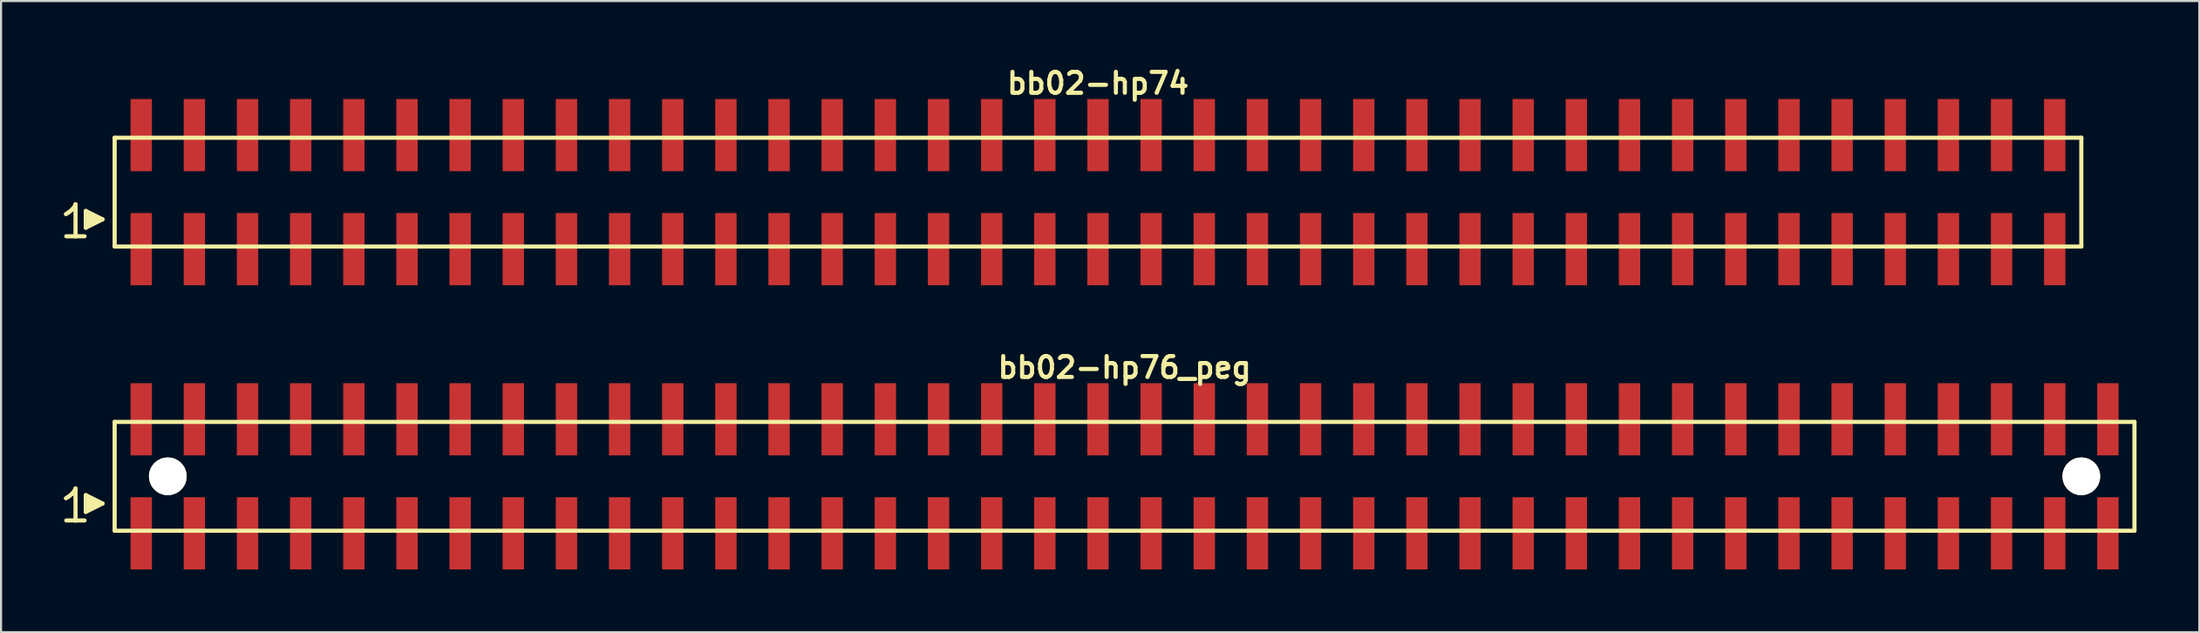
<source format=kicad_pcb>
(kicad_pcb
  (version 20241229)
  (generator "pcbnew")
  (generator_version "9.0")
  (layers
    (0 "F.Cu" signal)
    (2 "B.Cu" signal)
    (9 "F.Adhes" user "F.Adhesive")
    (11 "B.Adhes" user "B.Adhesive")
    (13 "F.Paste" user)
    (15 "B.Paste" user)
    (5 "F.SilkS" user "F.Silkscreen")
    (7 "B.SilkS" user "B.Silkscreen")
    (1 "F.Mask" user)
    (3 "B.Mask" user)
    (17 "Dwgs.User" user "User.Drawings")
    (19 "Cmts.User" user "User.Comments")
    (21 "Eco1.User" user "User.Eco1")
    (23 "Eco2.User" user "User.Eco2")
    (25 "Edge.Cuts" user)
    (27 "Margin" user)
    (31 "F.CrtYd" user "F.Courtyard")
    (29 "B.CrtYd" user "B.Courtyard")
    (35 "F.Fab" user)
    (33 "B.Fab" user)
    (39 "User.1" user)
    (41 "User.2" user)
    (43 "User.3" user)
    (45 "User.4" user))
  (footprint "bb02-hp76_peg"
    (layer "F.Cu")
    (at 50.689 19.713)
    (property "Reference" "bb02-hp76_peg" (at 0 -5.2 0) (layer "F.SilkS") (effects (font (size 0.998 0.998) (thickness 0.198))))
    (attr smd)
    (fp_line (start -50.59 1.05) (end -50.46 0.97) (stroke (width 0.198) (type solid)) (layer "F.SilkS"))
    (fp_line (start -50.46 0.97) (end -50.3 0.84) (stroke (width 0.198) (type solid)) (layer "F.SilkS"))
    (fp_line (start -50.3 0.84) (end -50.16 0.67) (stroke (width 0.198) (type solid)) (layer "F.SilkS"))
    (fp_line (start -50.16 0.67) (end -50.13 0.58) (stroke (width 0.198) (type solid)) (layer "F.SilkS"))
    (fp_line (start -50.13 0.58) (end -50.13 2.11) (stroke (width 0.198) (type solid)) (layer "F.SilkS"))
    (fp_line (start -50.13 2.11) (end -50.57 2.11) (stroke (width 0.198) (type solid)) (layer "F.SilkS"))
    (fp_line (start -49.7 2.11) (end -50.14 2.11) (stroke (width 0.198) (type solid)) (layer "F.SilkS"))
    (fp_line (start -49.64 0.9) (end -48.84 1.3) (stroke (width 0.198) (type solid)) (layer "F.SilkS"))
    (fp_line (start -49.64 1.7) (end -49.64 0.9) (stroke (width 0.198) (type solid)) (layer "F.SilkS"))
    (fp_line (start -49.54 1.6) (end -49.54 1) (stroke (width 0.198) (type solid)) (layer "F.SilkS"))
    (fp_line (start -49.44 1.1) (end -49.44 1.5) (stroke (width 0.198) (type solid)) (layer "F.SilkS"))
    (fp_line (start -49.34 1.5) (end -49.34 1.1) (stroke (width 0.198) (type solid)) (layer "F.SilkS"))
    (fp_line (start -49.24 1.2) (end -49.24 1.4) (stroke (width 0.198) (type solid)) (layer "F.SilkS"))
    (fp_line (start -49.14 1.4) (end -49.14 1.2) (stroke (width 0.198) (type solid)) (layer "F.SilkS"))
    (fp_line (start -48.84 1.3) (end -49.64 1.7) (stroke (width 0.198) (type solid)) (layer "F.SilkS"))
    (fp_line (start -48.26 -2.6) (end -48.26 2.6) (stroke (width 0.198) (type solid)) (layer "F.SilkS"))
    (fp_line (start -48.26 -2.6) (end 48.26 -2.6) (stroke (width 0.198) (type solid)) (layer "F.SilkS"))
    (fp_line (start 48.26 2.6) (end -48.26 2.6) (stroke (width 0.198) (type solid)) (layer "F.SilkS"))
    (fp_line (start 48.26 2.6) (end 48.26 -2.6) (stroke (width 0.198) (type solid)) (layer "F.SilkS"))
    (pad "" np_thru_hole circle (at -45.72 0) (size 1.8 1.8) (drill 1.8) (layers "*.Cu" "*.Mask" "F.SilkS"))
    (pad "" np_thru_hole circle (at 45.72 0) (size 1.8 1.8) (drill 1.8) (layers "*.Cu" "*.Mask" "F.SilkS"))
    (pad "1" smd rect (at -46.99 2.725) (size 1.02 3.45) (layers "F.Cu" "F.Mask" "F.Paste"))
    (pad "2" smd rect (at -46.99 -2.725) (size 1.02 3.45) (layers "F.Cu" "F.Mask" "F.Paste"))
    (pad "3" smd rect (at -44.45 2.725) (size 1.02 3.45) (layers "F.Cu" "F.Mask" "F.Paste"))
    (pad "4" smd rect (at -44.45 -2.725) (size 1.02 3.45) (layers "F.Cu" "F.Mask" "F.Paste"))
    (pad "5" smd rect (at -41.91 2.725) (size 1.02 3.45) (layers "F.Cu" "F.Mask" "F.Paste"))
    (pad "6" smd rect (at -41.91 -2.725) (size 1.02 3.45) (layers "F.Cu" "F.Mask" "F.Paste"))
    (pad "7" smd rect (at -39.37 2.725) (size 1.02 3.45) (layers "F.Cu" "F.Mask" "F.Paste"))
    (pad "8" smd rect (at -39.37 -2.725) (size 1.02 3.45) (layers "F.Cu" "F.Mask" "F.Paste"))
    (pad "9" smd rect (at -36.83 2.725) (size 1.02 3.45) (layers "F.Cu" "F.Mask" "F.Paste"))
    (pad "10" smd rect (at -36.83 -2.725) (size 1.02 3.45) (layers "F.Cu" "F.Mask" "F.Paste"))
    (pad "11" smd rect (at -34.29 2.725) (size 1.02 3.45) (layers "F.Cu" "F.Mask" "F.Paste"))
    (pad "12" smd rect (at -34.29 -2.725) (size 1.02 3.45) (layers "F.Cu" "F.Mask" "F.Paste"))
    (pad "13" smd rect (at -31.75 2.725) (size 1.02 3.45) (layers "F.Cu" "F.Mask" "F.Paste"))
    (pad "14" smd rect (at -31.75 -2.725) (size 1.02 3.45) (layers "F.Cu" "F.Mask" "F.Paste"))
    (pad "15" smd rect (at -29.21 2.725) (size 1.02 3.45) (layers "F.Cu" "F.Mask" "F.Paste"))
    (pad "16" smd rect (at -29.21 -2.725) (size 1.02 3.45) (layers "F.Cu" "F.Mask" "F.Paste"))
    (pad "17" smd rect (at -26.67 2.725) (size 1.02 3.45) (layers "F.Cu" "F.Mask" "F.Paste"))
    (pad "18" smd rect (at -26.67 -2.725) (size 1.02 3.45) (layers "F.Cu" "F.Mask" "F.Paste"))
    (pad "19" smd rect (at -24.13 2.725) (size 1.02 3.45) (layers "F.Cu" "F.Mask" "F.Paste"))
    (pad "20" smd rect (at -24.13 -2.725) (size 1.02 3.45) (layers "F.Cu" "F.Mask" "F.Paste"))
    (pad "21" smd rect (at -21.59 2.725) (size 1.02 3.45) (layers "F.Cu" "F.Mask" "F.Paste"))
    (pad "22" smd rect (at -21.59 -2.725) (size 1.02 3.45) (layers "F.Cu" "F.Mask" "F.Paste"))
    (pad "23" smd rect (at -19.05 2.725) (size 1.02 3.45) (layers "F.Cu" "F.Mask" "F.Paste"))
    (pad "24" smd rect (at -19.05 -2.725) (size 1.02 3.45) (layers "F.Cu" "F.Mask" "F.Paste"))
    (pad "25" smd rect (at -16.51 2.725) (size 1.02 3.45) (layers "F.Cu" "F.Mask" "F.Paste"))
    (pad "26" smd rect (at -16.51 -2.725) (size 1.02 3.45) (layers "F.Cu" "F.Mask" "F.Paste"))
    (pad "27" smd rect (at -13.97 2.725) (size 1.02 3.45) (layers "F.Cu" "F.Mask" "F.Paste"))
    (pad "28" smd rect (at -13.97 -2.725) (size 1.02 3.45) (layers "F.Cu" "F.Mask" "F.Paste"))
    (pad "29" smd rect (at -11.43 2.725) (size 1.02 3.45) (layers "F.Cu" "F.Mask" "F.Paste"))
    (pad "30" smd rect (at -11.43 -2.725) (size 1.02 3.45) (layers "F.Cu" "F.Mask" "F.Paste"))
    (pad "31" smd rect (at -8.89 2.725) (size 1.02 3.45) (layers "F.Cu" "F.Mask" "F.Paste"))
    (pad "32" smd rect (at -8.89 -2.725) (size 1.02 3.45) (layers "F.Cu" "F.Mask" "F.Paste"))
    (pad "33" smd rect (at -6.35 2.725) (size 1.02 3.45) (layers "F.Cu" "F.Mask" "F.Paste"))
    (pad "34" smd rect (at -6.35 -2.725) (size 1.02 3.45) (layers "F.Cu" "F.Mask" "F.Paste"))
    (pad "35" smd rect (at -3.81 2.725) (size 1.02 3.45) (layers "F.Cu" "F.Mask" "F.Paste"))
    (pad "36" smd rect (at -3.81 -2.725) (size 1.02 3.45) (layers "F.Cu" "F.Mask" "F.Paste"))
    (pad "37" smd rect (at -1.27 2.725) (size 1.02 3.45) (layers "F.Cu" "F.Mask" "F.Paste"))
    (pad "38" smd rect (at -1.27 -2.725) (size 1.02 3.45) (layers "F.Cu" "F.Mask" "F.Paste"))
    (pad "39" smd rect (at 1.27 2.725) (size 1.02 3.45) (layers "F.Cu" "F.Mask" "F.Paste"))
    (pad "40" smd rect (at 1.27 -2.725) (size 1.02 3.45) (layers "F.Cu" "F.Mask" "F.Paste"))
    (pad "41" smd rect (at 3.81 2.725) (size 1.02 3.45) (layers "F.Cu" "F.Mask" "F.Paste"))
    (pad "42" smd rect (at 3.81 -2.725) (size 1.02 3.45) (layers "F.Cu" "F.Mask" "F.Paste"))
    (pad "43" smd rect (at 6.35 2.725) (size 1.02 3.45) (layers "F.Cu" "F.Mask" "F.Paste"))
    (pad "44" smd rect (at 6.35 -2.725) (size 1.02 3.45) (layers "F.Cu" "F.Mask" "F.Paste"))
    (pad "45" smd rect (at 8.89 2.725) (size 1.02 3.45) (layers "F.Cu" "F.Mask" "F.Paste"))
    (pad "46" smd rect (at 8.89 -2.725) (size 1.02 3.45) (layers "F.Cu" "F.Mask" "F.Paste"))
    (pad "47" smd rect (at 11.43 2.725) (size 1.02 3.45) (layers "F.Cu" "F.Mask" "F.Paste"))
    (pad "48" smd rect (at 11.43 -2.725) (size 1.02 3.45) (layers "F.Cu" "F.Mask" "F.Paste"))
    (pad "49" smd rect (at 13.97 2.725) (size 1.02 3.45) (layers "F.Cu" "F.Mask" "F.Paste"))
    (pad "50" smd rect (at 13.97 -2.725) (size 1.02 3.45) (layers "F.Cu" "F.Mask" "F.Paste"))
    (pad "51" smd rect (at 16.51 2.725) (size 1.02 3.45) (layers "F.Cu" "F.Mask" "F.Paste"))
    (pad "52" smd rect (at 16.51 -2.725) (size 1.02 3.45) (layers "F.Cu" "F.Mask" "F.Paste"))
    (pad "53" smd rect (at 19.05 2.725) (size 1.02 3.45) (layers "F.Cu" "F.Mask" "F.Paste"))
    (pad "54" smd rect (at 19.05 -2.725) (size 1.02 3.45) (layers "F.Cu" "F.Mask" "F.Paste"))
    (pad "55" smd rect (at 21.59 2.725) (size 1.02 3.45) (layers "F.Cu" "F.Mask" "F.Paste"))
    (pad "56" smd rect (at 21.59 -2.725) (size 1.02 3.45) (layers "F.Cu" "F.Mask" "F.Paste"))
    (pad "57" smd rect (at 24.13 2.725) (size 1.02 3.45) (layers "F.Cu" "F.Mask" "F.Paste"))
    (pad "58" smd rect (at 24.13 -2.725) (size 1.02 3.45) (layers "F.Cu" "F.Mask" "F.Paste"))
    (pad "59" smd rect (at 26.67 2.725) (size 1.02 3.45) (layers "F.Cu" "F.Mask" "F.Paste"))
    (pad "60" smd rect (at 26.67 -2.725) (size 1.02 3.45) (layers "F.Cu" "F.Mask" "F.Paste"))
    (pad "61" smd rect (at 29.21 2.725) (size 1.02 3.45) (layers "F.Cu" "F.Mask" "F.Paste"))
    (pad "62" smd rect (at 29.21 -2.725) (size 1.02 3.45) (layers "F.Cu" "F.Mask" "F.Paste"))
    (pad "63" smd rect (at 31.75 2.725) (size 1.02 3.45) (layers "F.Cu" "F.Mask" "F.Paste"))
    (pad "64" smd rect (at 31.75 -2.725) (size 1.02 3.45) (layers "F.Cu" "F.Mask" "F.Paste"))
    (pad "65" smd rect (at 34.29 2.725) (size 1.02 3.45) (layers "F.Cu" "F.Mask" "F.Paste"))
    (pad "66" smd rect (at 34.29 -2.725) (size 1.02 3.45) (layers "F.Cu" "F.Mask" "F.Paste"))
    (pad "67" smd rect (at 36.83 2.725) (size 1.02 3.45) (layers "F.Cu" "F.Mask" "F.Paste"))
    (pad "68" smd rect (at 36.83 -2.725) (size 1.02 3.45) (layers "F.Cu" "F.Mask" "F.Paste"))
    (pad "69" smd rect (at 39.37 2.725) (size 1.02 3.45) (layers "F.Cu" "F.Mask" "F.Paste"))
    (pad "70" smd rect (at 39.37 -2.725) (size 1.02 3.45) (layers "F.Cu" "F.Mask" "F.Paste"))
    (pad "71" smd rect (at 41.91 2.725) (size 1.02 3.45) (layers "F.Cu" "F.Mask" "F.Paste"))
    (pad "72" smd rect (at 41.91 -2.725) (size 1.02 3.45) (layers "F.Cu" "F.Mask" "F.Paste"))
    (pad "73" smd rect (at 44.45 2.725) (size 1.02 3.45) (layers "F.Cu" "F.Mask" "F.Paste"))
    (pad "74" smd rect (at 44.45 -2.725) (size 1.02 3.45) (layers "F.Cu" "F.Mask" "F.Paste"))
    (pad "75" smd rect (at 46.99 2.725) (size 1.02 3.45) (layers "F.Cu" "F.Mask" "F.Paste"))
    (pad "76" smd rect (at 46.99 -2.725) (size 1.02 3.45) (layers "F.Cu" "F.Mask" "F.Paste")))
  (footprint "bb02-hp74"
    (layer "F.Cu")
    (at 49.419 6.132)
    (property "Reference" "bb02-hp74" (at 0 -5.2 0) (layer "F.SilkS") (effects (font (size 0.998 0.998) (thickness 0.198))))
    (attr smd)
    (fp_line (start -49.32 1.05) (end -49.19 0.97) (stroke (width 0.198) (type solid)) (layer "F.SilkS"))
    (fp_line (start -49.19 0.97) (end -49.03 0.84) (stroke (width 0.198) (type solid)) (layer "F.SilkS"))
    (fp_line (start -49.03 0.84) (end -48.89 0.67) (stroke (width 0.198) (type solid)) (layer "F.SilkS"))
    (fp_line (start -48.89 0.67) (end -48.86 0.58) (stroke (width 0.198) (type solid)) (layer "F.SilkS"))
    (fp_line (start -48.86 0.58) (end -48.86 2.11) (stroke (width 0.198) (type solid)) (layer "F.SilkS"))
    (fp_line (start -48.86 2.11) (end -49.3 2.11) (stroke (width 0.198) (type solid)) (layer "F.SilkS"))
    (fp_line (start -48.43 2.11) (end -48.87 2.11) (stroke (width 0.198) (type solid)) (layer "F.SilkS"))
    (fp_line (start -48.37 0.9) (end -47.57 1.3) (stroke (width 0.198) (type solid)) (layer "F.SilkS"))
    (fp_line (start -48.37 1.7) (end -48.37 0.9) (stroke (width 0.198) (type solid)) (layer "F.SilkS"))
    (fp_line (start -48.27 1.6) (end -48.27 1) (stroke (width 0.198) (type solid)) (layer "F.SilkS"))
    (fp_line (start -48.17 1.1) (end -48.17 1.5) (stroke (width 0.198) (type solid)) (layer "F.SilkS"))
    (fp_line (start -48.07 1.5) (end -48.07 1.1) (stroke (width 0.198) (type solid)) (layer "F.SilkS"))
    (fp_line (start -47.97 1.2) (end -47.97 1.4) (stroke (width 0.198) (type solid)) (layer "F.SilkS"))
    (fp_line (start -47.87 1.4) (end -47.87 1.2) (stroke (width 0.198) (type solid)) (layer "F.SilkS"))
    (fp_line (start -47.57 1.3) (end -48.37 1.7) (stroke (width 0.198) (type solid)) (layer "F.SilkS"))
    (fp_line (start -46.99 -2.6) (end -46.99 2.6) (stroke (width 0.198) (type solid)) (layer "F.SilkS"))
    (fp_line (start -46.99 -2.6) (end 46.99 -2.6) (stroke (width 0.198) (type solid)) (layer "F.SilkS"))
    (fp_line (start 46.99 2.6) (end -46.99 2.6) (stroke (width 0.198) (type solid)) (layer "F.SilkS"))
    (fp_line (start 46.99 2.6) (end 46.99 -2.6) (stroke (width 0.198) (type solid)) (layer "F.SilkS"))
    (pad "1" smd rect (at -45.72 2.725) (size 1.02 3.45) (layers "F.Cu" "F.Mask" "F.Paste"))
    (pad "2" smd rect (at -45.72 -2.725) (size 1.02 3.45) (layers "F.Cu" "F.Mask" "F.Paste"))
    (pad "3" smd rect (at -43.18 2.725) (size 1.02 3.45) (layers "F.Cu" "F.Mask" "F.Paste"))
    (pad "4" smd rect (at -43.18 -2.725) (size 1.02 3.45) (layers "F.Cu" "F.Mask" "F.Paste"))
    (pad "5" smd rect (at -40.64 2.725) (size 1.02 3.45) (layers "F.Cu" "F.Mask" "F.Paste"))
    (pad "6" smd rect (at -40.64 -2.725) (size 1.02 3.45) (layers "F.Cu" "F.Mask" "F.Paste"))
    (pad "7" smd rect (at -38.1 2.725) (size 1.02 3.45) (layers "F.Cu" "F.Mask" "F.Paste"))
    (pad "8" smd rect (at -38.1 -2.725) (size 1.02 3.45) (layers "F.Cu" "F.Mask" "F.Paste"))
    (pad "9" smd rect (at -35.56 2.725) (size 1.02 3.45) (layers "F.Cu" "F.Mask" "F.Paste"))
    (pad "10" smd rect (at -35.56 -2.725) (size 1.02 3.45) (layers "F.Cu" "F.Mask" "F.Paste"))
    (pad "11" smd rect (at -33.02 2.725) (size 1.02 3.45) (layers "F.Cu" "F.Mask" "F.Paste"))
    (pad "12" smd rect (at -33.02 -2.725) (size 1.02 3.45) (layers "F.Cu" "F.Mask" "F.Paste"))
    (pad "13" smd rect (at -30.48 2.725) (size 1.02 3.45) (layers "F.Cu" "F.Mask" "F.Paste"))
    (pad "14" smd rect (at -30.48 -2.725) (size 1.02 3.45) (layers "F.Cu" "F.Mask" "F.Paste"))
    (pad "15" smd rect (at -27.94 2.725) (size 1.02 3.45) (layers "F.Cu" "F.Mask" "F.Paste"))
    (pad "16" smd rect (at -27.94 -2.725) (size 1.02 3.45) (layers "F.Cu" "F.Mask" "F.Paste"))
    (pad "17" smd rect (at -25.4 2.725) (size 1.02 3.45) (layers "F.Cu" "F.Mask" "F.Paste"))
    (pad "18" smd rect (at -25.4 -2.725) (size 1.02 3.45) (layers "F.Cu" "F.Mask" "F.Paste"))
    (pad "19" smd rect (at -22.86 2.725) (size 1.02 3.45) (layers "F.Cu" "F.Mask" "F.Paste"))
    (pad "20" smd rect (at -22.86 -2.725) (size 1.02 3.45) (layers "F.Cu" "F.Mask" "F.Paste"))
    (pad "21" smd rect (at -20.32 2.725) (size 1.02 3.45) (layers "F.Cu" "F.Mask" "F.Paste"))
    (pad "22" smd rect (at -20.32 -2.725) (size 1.02 3.45) (layers "F.Cu" "F.Mask" "F.Paste"))
    (pad "23" smd rect (at -17.78 2.725) (size 1.02 3.45) (layers "F.Cu" "F.Mask" "F.Paste"))
    (pad "24" smd rect (at -17.78 -2.725) (size 1.02 3.45) (layers "F.Cu" "F.Mask" "F.Paste"))
    (pad "25" smd rect (at -15.24 2.725) (size 1.02 3.45) (layers "F.Cu" "F.Mask" "F.Paste"))
    (pad "26" smd rect (at -15.24 -2.725) (size 1.02 3.45) (layers "F.Cu" "F.Mask" "F.Paste"))
    (pad "27" smd rect (at -12.7 2.725) (size 1.02 3.45) (layers "F.Cu" "F.Mask" "F.Paste"))
    (pad "28" smd rect (at -12.7 -2.725) (size 1.02 3.45) (layers "F.Cu" "F.Mask" "F.Paste"))
    (pad "29" smd rect (at -10.16 2.725) (size 1.02 3.45) (layers "F.Cu" "F.Mask" "F.Paste"))
    (pad "30" smd rect (at -10.16 -2.725) (size 1.02 3.45) (layers "F.Cu" "F.Mask" "F.Paste"))
    (pad "31" smd rect (at -7.62 2.725) (size 1.02 3.45) (layers "F.Cu" "F.Mask" "F.Paste"))
    (pad "32" smd rect (at -7.62 -2.725) (size 1.02 3.45) (layers "F.Cu" "F.Mask" "F.Paste"))
    (pad "33" smd rect (at -5.08 2.725) (size 1.02 3.45) (layers "F.Cu" "F.Mask" "F.Paste"))
    (pad "34" smd rect (at -5.08 -2.725) (size 1.02 3.45) (layers "F.Cu" "F.Mask" "F.Paste"))
    (pad "35" smd rect (at -2.54 2.725) (size 1.02 3.45) (layers "F.Cu" "F.Mask" "F.Paste"))
    (pad "36" smd rect (at -2.54 -2.725) (size 1.02 3.45) (layers "F.Cu" "F.Mask" "F.Paste"))
    (pad "37" smd rect (at 0 2.725) (size 1.02 3.45) (layers "F.Cu" "F.Mask" "F.Paste"))
    (pad "38" smd rect (at 0 -2.725) (size 1.02 3.45) (layers "F.Cu" "F.Mask" "F.Paste"))
    (pad "39" smd rect (at 2.54 2.725) (size 1.02 3.45) (layers "F.Cu" "F.Mask" "F.Paste"))
    (pad "40" smd rect (at 2.54 -2.725) (size 1.02 3.45) (layers "F.Cu" "F.Mask" "F.Paste"))
    (pad "41" smd rect (at 5.08 2.725) (size 1.02 3.45) (layers "F.Cu" "F.Mask" "F.Paste"))
    (pad "42" smd rect (at 5.08 -2.725) (size 1.02 3.45) (layers "F.Cu" "F.Mask" "F.Paste"))
    (pad "43" smd rect (at 7.62 2.725) (size 1.02 3.45) (layers "F.Cu" "F.Mask" "F.Paste"))
    (pad "44" smd rect (at 7.62 -2.725) (size 1.02 3.45) (layers "F.Cu" "F.Mask" "F.Paste"))
    (pad "45" smd rect (at 10.16 2.725) (size 1.02 3.45) (layers "F.Cu" "F.Mask" "F.Paste"))
    (pad "46" smd rect (at 10.16 -2.725) (size 1.02 3.45) (layers "F.Cu" "F.Mask" "F.Paste"))
    (pad "47" smd rect (at 12.7 2.725) (size 1.02 3.45) (layers "F.Cu" "F.Mask" "F.Paste"))
    (pad "48" smd rect (at 12.7 -2.725) (size 1.02 3.45) (layers "F.Cu" "F.Mask" "F.Paste"))
    (pad "49" smd rect (at 15.24 2.725) (size 1.02 3.45) (layers "F.Cu" "F.Mask" "F.Paste"))
    (pad "50" smd rect (at 15.24 -2.725) (size 1.02 3.45) (layers "F.Cu" "F.Mask" "F.Paste"))
    (pad "51" smd rect (at 17.78 2.725) (size 1.02 3.45) (layers "F.Cu" "F.Mask" "F.Paste"))
    (pad "52" smd rect (at 17.78 -2.725) (size 1.02 3.45) (layers "F.Cu" "F.Mask" "F.Paste"))
    (pad "53" smd rect (at 20.32 2.725) (size 1.02 3.45) (layers "F.Cu" "F.Mask" "F.Paste"))
    (pad "54" smd rect (at 20.32 -2.725) (size 1.02 3.45) (layers "F.Cu" "F.Mask" "F.Paste"))
    (pad "55" smd rect (at 22.86 2.725) (size 1.02 3.45) (layers "F.Cu" "F.Mask" "F.Paste"))
    (pad "56" smd rect (at 22.86 -2.725) (size 1.02 3.45) (layers "F.Cu" "F.Mask" "F.Paste"))
    (pad "57" smd rect (at 25.4 2.725) (size 1.02 3.45) (layers "F.Cu" "F.Mask" "F.Paste"))
    (pad "58" smd rect (at 25.4 -2.725) (size 1.02 3.45) (layers "F.Cu" "F.Mask" "F.Paste"))
    (pad "59" smd rect (at 27.94 2.725) (size 1.02 3.45) (layers "F.Cu" "F.Mask" "F.Paste"))
    (pad "60" smd rect (at 27.94 -2.725) (size 1.02 3.45) (layers "F.Cu" "F.Mask" "F.Paste"))
    (pad "61" smd rect (at 30.48 2.725) (size 1.02 3.45) (layers "F.Cu" "F.Mask" "F.Paste"))
    (pad "62" smd rect (at 30.48 -2.725) (size 1.02 3.45) (layers "F.Cu" "F.Mask" "F.Paste"))
    (pad "63" smd rect (at 33.02 2.725) (size 1.02 3.45) (layers "F.Cu" "F.Mask" "F.Paste"))
    (pad "64" smd rect (at 33.02 -2.725) (size 1.02 3.45) (layers "F.Cu" "F.Mask" "F.Paste"))
    (pad "65" smd rect (at 35.56 2.725) (size 1.02 3.45) (layers "F.Cu" "F.Mask" "F.Paste"))
    (pad "66" smd rect (at 35.56 -2.725) (size 1.02 3.45) (layers "F.Cu" "F.Mask" "F.Paste"))
    (pad "67" smd rect (at 38.1 2.725) (size 1.02 3.45) (layers "F.Cu" "F.Mask" "F.Paste"))
    (pad "68" smd rect (at 38.1 -2.725) (size 1.02 3.45) (layers "F.Cu" "F.Mask" "F.Paste"))
    (pad "69" smd rect (at 40.64 2.725) (size 1.02 3.45) (layers "F.Cu" "F.Mask" "F.Paste"))
    (pad "70" smd rect (at 40.64 -2.725) (size 1.02 3.45) (layers "F.Cu" "F.Mask" "F.Paste"))
    (pad "71" smd rect (at 43.18 2.725) (size 1.02 3.45) (layers "F.Cu" "F.Mask" "F.Paste"))
    (pad "72" smd rect (at 43.18 -2.725) (size 1.02 3.45) (layers "F.Cu" "F.Mask" "F.Paste"))
    (pad "73" smd rect (at 45.72 2.725) (size 1.02 3.45) (layers "F.Cu" "F.Mask" "F.Paste"))
    (pad "74" smd rect (at 45.72 -2.725) (size 1.02 3.45) (layers "F.Cu" "F.Mask" "F.Paste")))
  (gr_rect
    (start -3 -3)
    (end 102.048 27.163)
    (stroke (width 0.1) (type default))
    (fill no)
    (layer "Edge.Cuts")))
</source>
